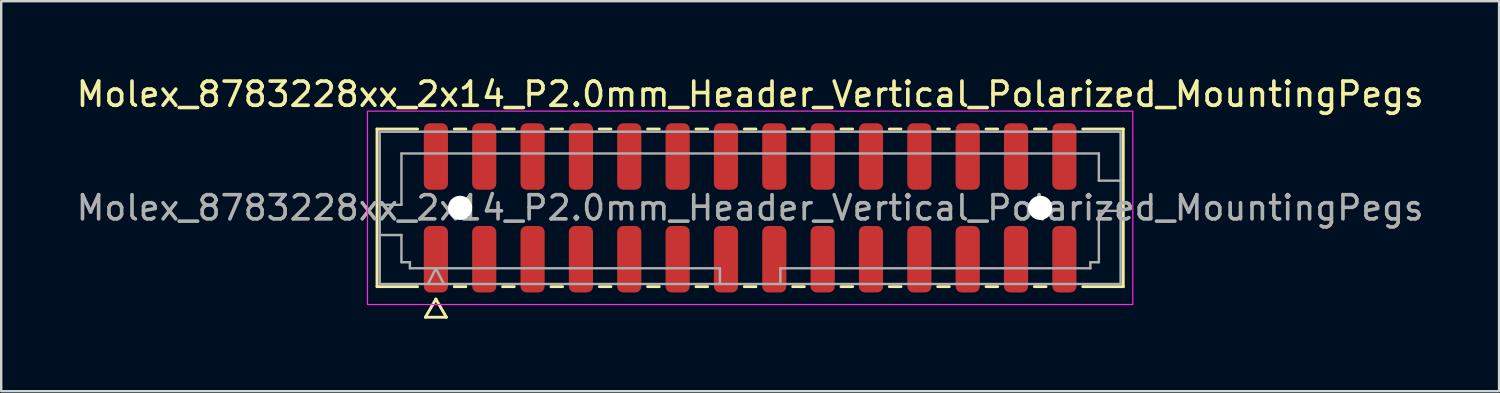
<source format=kicad_pcb>
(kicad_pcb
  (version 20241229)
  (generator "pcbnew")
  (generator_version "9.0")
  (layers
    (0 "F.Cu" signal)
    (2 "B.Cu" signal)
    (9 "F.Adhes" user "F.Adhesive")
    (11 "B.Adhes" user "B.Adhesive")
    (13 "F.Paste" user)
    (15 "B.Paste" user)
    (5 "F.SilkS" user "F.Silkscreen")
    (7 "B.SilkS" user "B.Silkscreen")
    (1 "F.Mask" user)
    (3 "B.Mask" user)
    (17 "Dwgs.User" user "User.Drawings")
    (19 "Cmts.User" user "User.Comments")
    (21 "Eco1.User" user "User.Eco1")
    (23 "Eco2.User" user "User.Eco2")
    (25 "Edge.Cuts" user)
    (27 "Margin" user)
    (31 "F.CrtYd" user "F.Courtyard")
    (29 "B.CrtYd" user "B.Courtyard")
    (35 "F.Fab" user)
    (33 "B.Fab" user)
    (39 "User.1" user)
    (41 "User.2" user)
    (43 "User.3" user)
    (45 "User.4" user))
  (footprint "Molex_8783228xx_2x14_P2.0mm_Header_Vertical_Polarized_MountingPegs"
    (layer "F.Cu")
    (at 27.982 5.548)
    (property "Reference" "Molex_8783228xx_2x14_P2.0mm_Header_Vertical_Polarized_MountingPegs" (at 0 -4.7 0) (layer "F.SilkS") (effects (font (size 1 1) (thickness 0.15))))
    (attr smd)
    (fp_line (start -15.435 -3.26) (end -13.76 -3.26) (stroke (width 0.12) (type solid)) (layer "F.SilkS"))
    (fp_line (start -15.435 3.26) (end -15.435 -3.26) (stroke (width 0.12) (type solid)) (layer "F.SilkS"))
    (fp_line (start -13.76 3.26) (end -15.435 3.26) (stroke (width 0.12) (type solid)) (layer "F.SilkS"))
    (fp_line (start -13.433 4.525) (end -13 3.775) (stroke (width 0.12) (type solid)) (layer "F.SilkS"))
    (fp_line (start -13 3.775) (end -12.567 4.525) (stroke (width 0.12) (type solid)) (layer "F.SilkS"))
    (fp_line (start -12.567 4.525) (end -13.433 4.525) (stroke (width 0.12) (type solid)) (layer "F.SilkS"))
    (fp_line (start -12.24 -3.26) (end -11.76 -3.26) (stroke (width 0.12) (type solid)) (layer "F.SilkS"))
    (fp_line (start -11.76 3.26) (end -12.24 3.26) (stroke (width 0.12) (type solid)) (layer "F.SilkS"))
    (fp_line (start -10.24 -3.26) (end -9.76 -3.26) (stroke (width 0.12) (type solid)) (layer "F.SilkS"))
    (fp_line (start -9.76 3.26) (end -10.24 3.26) (stroke (width 0.12) (type solid)) (layer "F.SilkS"))
    (fp_line (start -8.24 -3.26) (end -7.76 -3.26) (stroke (width 0.12) (type solid)) (layer "F.SilkS"))
    (fp_line (start -7.76 3.26) (end -8.24 3.26) (stroke (width 0.12) (type solid)) (layer "F.SilkS"))
    (fp_line (start -6.24 -3.26) (end -5.76 -3.26) (stroke (width 0.12) (type solid)) (layer "F.SilkS"))
    (fp_line (start -5.76 3.26) (end -6.24 3.26) (stroke (width 0.12) (type solid)) (layer "F.SilkS"))
    (fp_line (start -4.24 -3.26) (end -3.76 -3.26) (stroke (width 0.12) (type solid)) (layer "F.SilkS"))
    (fp_line (start -3.76 3.26) (end -4.24 3.26) (stroke (width 0.12) (type solid)) (layer "F.SilkS"))
    (fp_line (start -2.24 -3.26) (end -1.76 -3.26) (stroke (width 0.12) (type solid)) (layer "F.SilkS"))
    (fp_line (start -1.76 3.26) (end -2.24 3.26) (stroke (width 0.12) (type solid)) (layer "F.SilkS"))
    (fp_line (start -0.24 -3.26) (end 0.24 -3.26) (stroke (width 0.12) (type solid)) (layer "F.SilkS"))
    (fp_line (start 0.24 3.26) (end -0.24 3.26) (stroke (width 0.12) (type solid)) (layer "F.SilkS"))
    (fp_line (start 1.76 -3.26) (end 2.24 -3.26) (stroke (width 0.12) (type solid)) (layer "F.SilkS"))
    (fp_line (start 2.24 3.26) (end 1.76 3.26) (stroke (width 0.12) (type solid)) (layer "F.SilkS"))
    (fp_line (start 3.76 -3.26) (end 4.24 -3.26) (stroke (width 0.12) (type solid)) (layer "F.SilkS"))
    (fp_line (start 4.24 3.26) (end 3.76 3.26) (stroke (width 0.12) (type solid)) (layer "F.SilkS"))
    (fp_line (start 5.76 -3.26) (end 6.24 -3.26) (stroke (width 0.12) (type solid)) (layer "F.SilkS"))
    (fp_line (start 6.24 3.26) (end 5.76 3.26) (stroke (width 0.12) (type solid)) (layer "F.SilkS"))
    (fp_line (start 7.76 -3.26) (end 8.24 -3.26) (stroke (width 0.12) (type solid)) (layer "F.SilkS"))
    (fp_line (start 8.24 3.26) (end 7.76 3.26) (stroke (width 0.12) (type solid)) (layer "F.SilkS"))
    (fp_line (start 9.76 -3.26) (end 10.24 -3.26) (stroke (width 0.12) (type solid)) (layer "F.SilkS"))
    (fp_line (start 10.24 3.26) (end 9.76 3.26) (stroke (width 0.12) (type solid)) (layer "F.SilkS"))
    (fp_line (start 11.76 -3.26) (end 12.24 -3.26) (stroke (width 0.12) (type solid)) (layer "F.SilkS"))
    (fp_line (start 12.24 3.26) (end 11.76 3.26) (stroke (width 0.12) (type solid)) (layer "F.SilkS"))
    (fp_line (start 13.76 -3.26) (end 15.435 -3.26) (stroke (width 0.12) (type solid)) (layer "F.SilkS"))
    (fp_line (start 15.435 -3.26) (end 15.435 3.26) (stroke (width 0.12) (type solid)) (layer "F.SilkS"))
    (fp_line (start 15.435 3.26) (end 13.76 3.26) (stroke (width 0.12) (type solid)) (layer "F.SilkS"))
    (fp_rect (start -15.83 -4) (end 15.83 4) (stroke (width 0.05) (type solid)) (fill no) (layer "F.CrtYd"))
    (fp_line (start -15.325 -3.15) (end 15.325 -3.15) (stroke (width 0.1) (type solid)) (layer "F.Fab"))
    (fp_line (start -15.325 -0.125) (end -14.425 -0.125) (stroke (width 0.1) (type solid)) (layer "F.Fab"))
    (fp_line (start -15.325 1.125) (end -14.425 1.125) (stroke (width 0.1) (type solid)) (layer "F.Fab"))
    (fp_line (start -15.325 3.15) (end -15.325 -3.15) (stroke (width 0.1) (type solid)) (layer "F.Fab"))
    (fp_line (start -14.425 -2.25) (end 14.425 -2.25) (stroke (width 0.1) (type solid)) (layer "F.Fab"))
    (fp_line (start -14.425 -0.125) (end -14.425 -2.25) (stroke (width 0.1) (type solid)) (layer "F.Fab"))
    (fp_line (start -14.425 1.125) (end -14.425 2.25) (stroke (width 0.1) (type solid)) (layer "F.Fab"))
    (fp_line (start -14.425 2.25) (end -14.075 2.25) (stroke (width 0.1) (type solid)) (layer "F.Fab"))
    (fp_line (start -14.075 2.25) (end -14.075 2.5) (stroke (width 0.1) (type solid)) (layer "F.Fab"))
    (fp_line (start -14.075 2.5) (end -1.25 2.5) (stroke (width 0.1) (type solid)) (layer "F.Fab"))
    (fp_line (start -13.325 3.15) (end -13 2.5) (stroke (width 0.1) (type solid)) (layer "F.Fab"))
    (fp_line (start -13 2.5) (end -12.675 3.15) (stroke (width 0.1) (type solid)) (layer "F.Fab"))
    (fp_line (start -1.25 2.5) (end -1.25 3.15) (stroke (width 0.1) (type solid)) (layer "F.Fab"))
    (fp_line (start 1.25 2.5) (end 1.25 3.15) (stroke (width 0.1) (type solid)) (layer "F.Fab"))
    (fp_line (start 1.25 2.5) (end 14.075 2.5) (stroke (width 0.1) (type solid)) (layer "F.Fab"))
    (fp_line (start 14.075 2.25) (end 14.425 2.25) (stroke (width 0.1) (type solid)) (layer "F.Fab"))
    (fp_line (start 14.075 2.5) (end 14.075 2.25) (stroke (width 0.1) (type solid)) (layer "F.Fab"))
    (fp_line (start 14.425 -2.25) (end 14.425 -1.125) (stroke (width 0.1) (type solid)) (layer "F.Fab"))
    (fp_line (start 14.425 -1.125) (end 15.325 -1.125) (stroke (width 0.1) (type solid)) (layer "F.Fab"))
    (fp_line (start 14.425 0.125) (end 15.325 0.125) (stroke (width 0.1) (type solid)) (layer "F.Fab"))
    (fp_line (start 14.425 2.25) (end 14.425 0.125) (stroke (width 0.1) (type solid)) (layer "F.Fab"))
    (fp_line (start 15.325 -3.15) (end 15.325 3.15) (stroke (width 0.1) (type solid)) (layer "F.Fab"))
    (fp_line (start 15.325 3.15) (end -15.325 3.15) (stroke (width 0.1) (type solid)) (layer "F.Fab"))
    (fp_text user "${REFERENCE}" (at 0 0 0) (layer "F.Fab") (effects (font (size 1 1) (thickness 0.15))))
    (pad "" np_thru_hole circle (at -12 0) (size 1 1) (drill 1) (layers "*.Cu" "*.Mask"))
    (pad "" np_thru_hole circle (at 12 0) (size 1 1) (drill 1) (layers "*.Cu" "*.Mask"))
    (pad "1" smd roundrect (at -13 2.125) (size 1 2.75) (layers "F.Cu" "F.Mask" "F.Paste") (roundrect_rratio 0.25))
    (pad "2" smd roundrect (at -13 -2.125) (size 1 2.75) (layers "F.Cu" "F.Mask" "F.Paste") (roundrect_rratio 0.25))
    (pad "3" smd roundrect (at -11 2.125) (size 1 2.75) (layers "F.Cu" "F.Mask" "F.Paste") (roundrect_rratio 0.25))
    (pad "4" smd roundrect (at -11 -2.125) (size 1 2.75) (layers "F.Cu" "F.Mask" "F.Paste") (roundrect_rratio 0.25))
    (pad "5" smd roundrect (at -9 2.125) (size 1 2.75) (layers "F.Cu" "F.Mask" "F.Paste") (roundrect_rratio 0.25))
    (pad "6" smd roundrect (at -9 -2.125) (size 1 2.75) (layers "F.Cu" "F.Mask" "F.Paste") (roundrect_rratio 0.25))
    (pad "7" smd roundrect (at -7 2.125) (size 1 2.75) (layers "F.Cu" "F.Mask" "F.Paste") (roundrect_rratio 0.25))
    (pad "8" smd roundrect (at -7 -2.125) (size 1 2.75) (layers "F.Cu" "F.Mask" "F.Paste") (roundrect_rratio 0.25))
    (pad "9" smd roundrect (at -5 2.125) (size 1 2.75) (layers "F.Cu" "F.Mask" "F.Paste") (roundrect_rratio 0.25))
    (pad "10" smd roundrect (at -5 -2.125) (size 1 2.75) (layers "F.Cu" "F.Mask" "F.Paste") (roundrect_rratio 0.25))
    (pad "11" smd roundrect (at -3 2.125) (size 1 2.75) (layers "F.Cu" "F.Mask" "F.Paste") (roundrect_rratio 0.25))
    (pad "12" smd roundrect (at -3 -2.125) (size 1 2.75) (layers "F.Cu" "F.Mask" "F.Paste") (roundrect_rratio 0.25))
    (pad "13" smd roundrect (at -1 2.125) (size 1 2.75) (layers "F.Cu" "F.Mask" "F.Paste") (roundrect_rratio 0.25))
    (pad "14" smd roundrect (at -1 -2.125) (size 1 2.75) (layers "F.Cu" "F.Mask" "F.Paste") (roundrect_rratio 0.25))
    (pad "15" smd roundrect (at 1 2.125) (size 1 2.75) (layers "F.Cu" "F.Mask" "F.Paste") (roundrect_rratio 0.25))
    (pad "16" smd roundrect (at 1 -2.125) (size 1 2.75) (layers "F.Cu" "F.Mask" "F.Paste") (roundrect_rratio 0.25))
    (pad "17" smd roundrect (at 3 2.125) (size 1 2.75) (layers "F.Cu" "F.Mask" "F.Paste") (roundrect_rratio 0.25))
    (pad "18" smd roundrect (at 3 -2.125) (size 1 2.75) (layers "F.Cu" "F.Mask" "F.Paste") (roundrect_rratio 0.25))
    (pad "19" smd roundrect (at 5 2.125) (size 1 2.75) (layers "F.Cu" "F.Mask" "F.Paste") (roundrect_rratio 0.25))
    (pad "20" smd roundrect (at 5 -2.125) (size 1 2.75) (layers "F.Cu" "F.Mask" "F.Paste") (roundrect_rratio 0.25))
    (pad "21" smd roundrect (at 7 2.125) (size 1 2.75) (layers "F.Cu" "F.Mask" "F.Paste") (roundrect_rratio 0.25))
    (pad "22" smd roundrect (at 7 -2.125) (size 1 2.75) (layers "F.Cu" "F.Mask" "F.Paste") (roundrect_rratio 0.25))
    (pad "23" smd roundrect (at 9 2.125) (size 1 2.75) (layers "F.Cu" "F.Mask" "F.Paste") (roundrect_rratio 0.25))
    (pad "24" smd roundrect (at 9 -2.125) (size 1 2.75) (layers "F.Cu" "F.Mask" "F.Paste") (roundrect_rratio 0.25))
    (pad "25" smd roundrect (at 11 2.125) (size 1 2.75) (layers "F.Cu" "F.Mask" "F.Paste") (roundrect_rratio 0.25))
    (pad "26" smd roundrect (at 11 -2.125) (size 1 2.75) (layers "F.Cu" "F.Mask" "F.Paste") (roundrect_rratio 0.25))
    (pad "27" smd roundrect (at 13 2.125) (size 1 2.75) (layers "F.Cu" "F.Mask" "F.Paste") (roundrect_rratio 0.25))
    (pad "28" smd roundrect (at 13 -2.125) (size 1 2.75) (layers "F.Cu" "F.Mask" "F.Paste") (roundrect_rratio 0.25)))
  (gr_rect
    (start -3 -3)
    (end 58.964 13.133)
    (stroke (width 0.1) (type default))
    (fill no)
    (layer "Edge.Cuts")))
</source>
